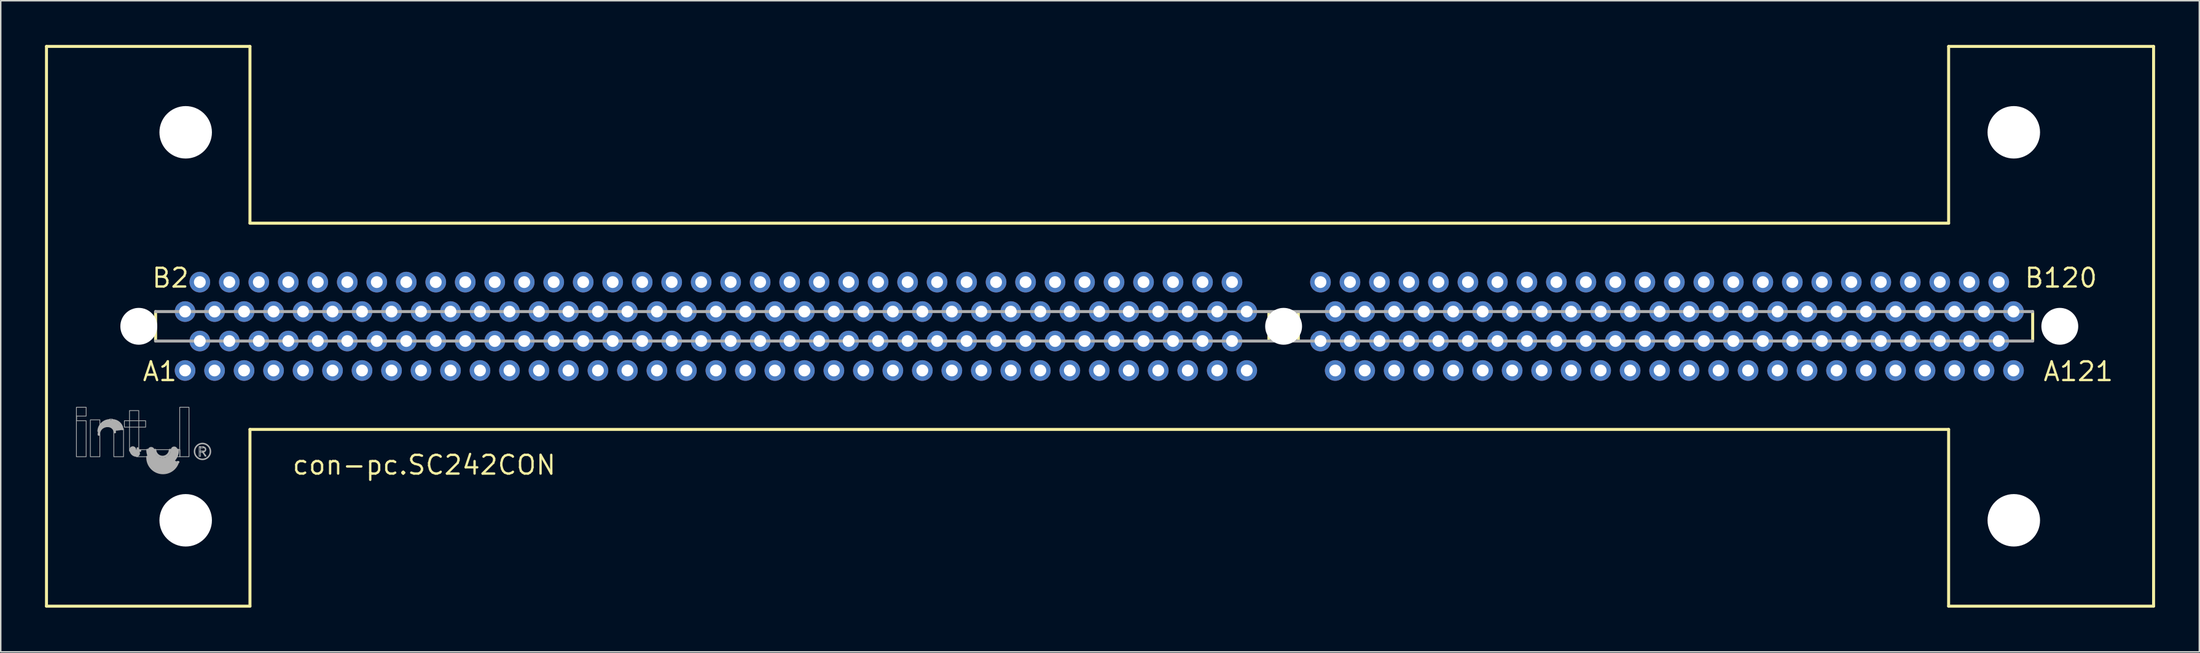
<source format=kicad_pcb>
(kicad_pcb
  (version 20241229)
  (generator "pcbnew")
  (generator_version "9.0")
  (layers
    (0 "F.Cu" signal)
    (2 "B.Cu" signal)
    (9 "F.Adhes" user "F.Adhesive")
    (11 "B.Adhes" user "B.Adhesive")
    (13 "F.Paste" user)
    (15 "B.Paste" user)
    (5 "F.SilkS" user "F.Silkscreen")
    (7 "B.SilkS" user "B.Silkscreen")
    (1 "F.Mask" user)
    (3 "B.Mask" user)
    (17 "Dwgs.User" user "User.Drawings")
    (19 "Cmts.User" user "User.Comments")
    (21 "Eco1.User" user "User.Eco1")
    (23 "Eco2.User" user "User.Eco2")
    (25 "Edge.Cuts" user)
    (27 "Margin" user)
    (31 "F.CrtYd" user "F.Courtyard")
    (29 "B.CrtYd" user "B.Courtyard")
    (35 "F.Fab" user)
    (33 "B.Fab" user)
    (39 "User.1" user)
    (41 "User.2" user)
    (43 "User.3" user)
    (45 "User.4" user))
  (footprint "con-pc.SC242CON"
    (layer "F.Cu")
    (at 84.002 19.102)
    (property "Reference" "con-pc.SC242CON" (at -67.31 10.16 0) (layer "F.SilkS") (effects (font (size 1.27 1.27) (thickness 0.16)) (justify left bottom)))
    (attr through_hole)
    (fp_line (start -83.9 -19) (end -70.1 -19) (stroke (width 0.203) (type default)) (layer "F.SilkS"))
    (fp_line (start -83.9 19) (end -83.9 -19) (stroke (width 0.203) (type default)) (layer "F.SilkS"))
    (fp_line (start -76.5 -1) (end -76.5 1) (stroke (width 0.203) (type default)) (layer "F.SilkS"))
    (fp_line (start -70.1 -19) (end -70.1 -7) (stroke (width 0.203) (type default)) (layer "F.SilkS"))
    (fp_line (start -70.1 -7) (end 45.1 -7) (stroke (width 0.203) (type default)) (layer "F.SilkS"))
    (fp_line (start -70.1 7) (end -70.1 19) (stroke (width 0.203) (type default)) (layer "F.SilkS"))
    (fp_line (start -70.1 19) (end -83.9 19) (stroke (width 0.203) (type default)) (layer "F.SilkS"))
    (fp_line (start -1 -0.9) (end -1 0.9) (stroke (width 0.203) (type default)) (layer "F.SilkS"))
    (fp_line (start 1 -0.9) (end 1 0.9) (stroke (width 0.203) (type default)) (layer "F.SilkS"))
    (fp_line (start 45.1 -19) (end 59 -19) (stroke (width 0.203) (type default)) (layer "F.SilkS"))
    (fp_line (start 45.1 -7) (end 45.1 -19) (stroke (width 0.203) (type default)) (layer "F.SilkS"))
    (fp_line (start 45.1 7) (end -70.1 7) (stroke (width 0.203) (type default)) (layer "F.SilkS"))
    (fp_line (start 45.1 19) (end 45.1 7) (stroke (width 0.203) (type default)) (layer "F.SilkS"))
    (fp_line (start 50.8 1) (end 50.8 -1) (stroke (width 0.203) (type default)) (layer "F.SilkS"))
    (fp_line (start 59 -19) (end 59 19) (stroke (width 0.203) (type default)) (layer "F.SilkS"))
    (fp_line (start 59 19) (end 45.1 19) (stroke (width 0.203) (type default)) (layer "F.SilkS"))
    (fp_line (start -76.5 1) (end 50.8 1) (stroke (width 0.203) (type default)) (layer "F.Fab"))
    (fp_line (start -73.17 8.765) (end -73.14 8.81) (stroke (width 0.051) (type default)) (layer "F.Fab"))
    (fp_line (start -73.14 8.765) (end -73.305 8.525) (stroke (width 0.102) (type default)) (layer "F.Fab"))
    (fp_line (start -73.14 8.81) (end -73.08 8.81) (stroke (width 0.051) (type default)) (layer "F.Fab"))
    (fp_line (start -73.08 8.81) (end -73.14 8.72) (stroke (width 0.051) (type default)) (layer "F.Fab"))
    (fp_line (start 50.8 -1) (end -76.5 -1) (stroke (width 0.203) (type default)) (layer "F.Fab"))
    (fp_rect (start -81.87 6.095) (end -81.21 5.495) (stroke (width 0.05) (type default)) (fill no) (layer "F.Fab"))
    (fp_rect (start -81.87 6.41) (end -81.855 6.095) (stroke (width 0.05) (type default)) (fill no) (layer "F.Fab"))
    (fp_rect (start -81.87 8.855) (end -81.21 6.41) (stroke (width 0.05) (type default)) (fill no) (layer "F.Fab"))
    (fp_rect (start -80.925 8.855) (end -80.28 6.35) (stroke (width 0.05) (type default)) (fill no) (layer "F.Fab"))
    (fp_rect (start -79.62 6.44) (end -79.425 6.305) (stroke (width 0.05) (type default)) (fill no) (layer "F.Fab"))
    (fp_rect (start -79.335 8.855) (end -78.675 6.965) (stroke (width 0.05) (type default)) (fill no) (layer "F.Fab"))
    (fp_rect (start -78.615 6.845) (end -77.175 6.41) (stroke (width 0.05) (type default)) (fill no) (layer "F.Fab"))
    (fp_rect (start -78.27 8.465) (end -77.64 5.72) (stroke (width 0.05) (type default)) (fill no) (layer "F.Fab"))
    (fp_rect (start -77.79 8.855) (end -74.85 8.375) (stroke (width 0.05) (type default)) (fill no) (layer "F.Fab"))
    (fp_rect (start -75.57 9.245) (end -74.91 9.185) (stroke (width 0.05) (type default)) (fill no) (layer "F.Fab"))
    (fp_rect (start -75.465 9.38) (end -75.045 9.23) (stroke (width 0.05) (type default)) (fill no) (layer "F.Fab"))
    (fp_rect (start -74.865 8.855) (end -74.235 5.495) (stroke (width 0.05) (type default)) (fill no) (layer "F.Fab"))
    (fp_rect (start -73.545 8.825) (end -73.455 8.165) (stroke (width 0.05) (type default)) (fill no) (layer "F.Fab"))
    (fp_rect (start -73.47 8.255) (end -73.26 8.165) (stroke (width 0.05) (type default)) (fill no) (layer "F.Fab"))
    (fp_rect (start -73.47 8.555) (end -73.245 8.465) (stroke (width 0.05) (type default)) (fill no) (layer "F.Fab"))
    (fp_arc (start -80.37 7.115) (mid -80.13361 6.595426) (end -79.605 6.38) (stroke (width 0.1524) (type default)) (layer "F.Fab"))
    (fp_arc (start -80.355 7.355) (mid -80.16755 6.925138) (end -79.725 6.77) (stroke (width 0.1524) (type default)) (layer "F.Fab"))
    (fp_arc (start -80.2801 7.01) (mid -79.586702 6.447336) (end -78.87 6.98) (stroke (width 0.1524) (type default)) (layer "F.Fab"))
    (fp_arc (start -80.055 6.815) (mid -79.460734 6.579406) (end -78.975 6.995) (stroke (width 0.1524) (type default)) (layer "F.Fab"))
    (fp_arc (start -79.785 6.7249) (mid -79.374337 6.723623) (end -79.08 7.01) (stroke (width 0.1524) (type default)) (layer "F.Fab"))
    (fp_arc (start -79.77 6.77) (mid -79.431508 6.878617) (end -79.26 7.19) (stroke (width 0.1524) (type default)) (layer "F.Fab"))
    (fp_arc (start -79.485 6.755) (mid -79.317715 6.863838) (end -79.2 7.025) (stroke (width 0.1524) (type default)) (layer "F.Fab"))
    (fp_arc (start -79.44 6.3799) (mid -78.981343 6.549266) (end -78.75 6.98) (stroke (width 0.1524) (type default)) (layer "F.Fab"))
    (fp_arc (start -77.79 8.63) (mid -77.970312 8.555312) (end -78.045 8.375) (stroke (width 0.4572) (type default)) (layer "F.Fab"))
    (fp_arc (start -77.55 8.45) (mid -77.666673 8.401673) (end -77.715 8.285) (stroke (width 0.1524) (type default)) (layer "F.Fab"))
    (fp_arc (start -76.305 9.4101) (mid -76.495002 9.161262) (end -76.56 8.855) (stroke (width 0.1524) (type default)) (layer "F.Fab"))
    (fp_arc (start -75.945 9.725) (mid -76.572448 9.471687) (end -76.815 8.84) (stroke (width 0.4064) (type default)) (layer "F.Fab"))
    (fp_arc (start -75.525 8.39) (mid -76.0275 8.863395) (end -76.53 8.39) (stroke (width 0.1524) (type default)) (layer "F.Fab"))
    (fp_arc (start -75.4951 9.215) (mid -75.861723 9.515015) (end -76.32 9.395) (stroke (width 0.1524) (type default)) (layer "F.Fab"))
    (fp_arc (start -75.285 9.29) (mid -75.551131 9.639532) (end -75.975 9.755) (stroke (width 0.4064) (type default)) (layer "F.Fab"))
    (fp_arc (start -75.24 8.39) (mid -76.005476 9.162874) (end -76.8001 8.42) (stroke (width 0.4572) (type default)) (layer "F.Fab"))
    (fp_arc (start -74.9851 9.215) (mid -76.179236 9.950274) (end -77.055 8.855) (stroke (width 0.1524) (type default)) (layer "F.Fab"))
    (fp_arc (start -74.985 8.39) (mid -76.02 9.417527) (end -77.055 8.39) (stroke (width 0.1524) (type default)) (layer "F.Fab"))
    (fp_arc (start -73.26 8.21) (mid -73.11 8.36) (end -73.26 8.51) (stroke (width 0.1016) (type default)) (layer "F.Fab"))
    (fp_circle (center -73.32 8.495) (end -72.78 8.495) (stroke (width 0.102) (type default)) (fill no) (layer "F.Fab"))
    (fp_text user "B2" (at -76.835 -2.54 0) (layer "F.SilkS") (effects (font (size 1.27 1.27) (thickness 0.16)) (justify left bottom)))
    (fp_text user "A121" (at 51.435 3.81 0) (layer "F.SilkS") (effects (font (size 1.27 1.27) (thickness 0.16)) (justify left bottom)))
    (fp_text user "B120" (at 50.165 -2.54 0) (layer "F.SilkS") (effects (font (size 1.27 1.27) (thickness 0.16)) (justify left bottom)))
    (fp_text user "A1" (at -77.47 3.81 0) (layer "F.SilkS") (effects (font (size 1.27 1.27) (thickness 0.16)) (justify left bottom)))
    (pad "" np_thru_hole circle (at -77.64 0) (size 2.5 2.5) (drill 2.5) (layers "*.Cu" "*.Mask"))
    (pad "" np_thru_hole circle (at -74.46 -13.17) (size 3.56 3.56) (drill 3.56) (layers "*.Cu" "*.Mask"))
    (pad "" np_thru_hole circle (at -74.46 13.17) (size 3.56 3.56) (drill 3.56) (layers "*.Cu" "*.Mask"))
    (pad "" np_thru_hole circle (at 0 0) (size 2.5 2.5) (drill 2.5) (layers "*.Cu" "*.Mask"))
    (pad "" np_thru_hole circle (at 49.52 -13.17) (size 3.56 3.56) (drill 3.56) (layers "*.Cu" "*.Mask"))
    (pad "" np_thru_hole circle (at 49.52 13.17) (size 3.56 3.56) (drill 3.56) (layers "*.Cu" "*.Mask"))
    (pad "" np_thru_hole circle (at 52.64 0) (size 2.5 2.5) (drill 2.5) (layers "*.Cu" "*.Mask"))
    (pad "A1" thru_hole circle (at -74.5 3) (size 1.4 1.4) (drill 0.8) (layers "*.Cu" "*.Mask"))
    (pad "A2" thru_hole circle (at -73.5 1) (size 1.4 1.4) (drill 0.8) (layers "*.Cu" "*.Mask"))
    (pad "A3" thru_hole circle (at -72.5 3) (size 1.4 1.4) (drill 0.8) (layers "*.Cu" "*.Mask"))
    (pad "A4" thru_hole circle (at -71.5 1) (size 1.4 1.4) (drill 0.8) (layers "*.Cu" "*.Mask"))
    (pad "A5" thru_hole circle (at -70.5 3) (size 1.4 1.4) (drill 0.8) (layers "*.Cu" "*.Mask"))
    (pad "A6" thru_hole circle (at -69.5 1) (size 1.4 1.4) (drill 0.8) (layers "*.Cu" "*.Mask"))
    (pad "A7" thru_hole circle (at -68.5 3) (size 1.4 1.4) (drill 0.8) (layers "*.Cu" "*.Mask"))
    (pad "A8" thru_hole circle (at -67.5 1) (size 1.4 1.4) (drill 0.8) (layers "*.Cu" "*.Mask"))
    (pad "A9" thru_hole circle (at -66.5 3) (size 1.4 1.4) (drill 0.8) (layers "*.Cu" "*.Mask"))
    (pad "A10" thru_hole circle (at -65.5 1) (size 1.4 1.4) (drill 0.8) (layers "*.Cu" "*.Mask"))
    (pad "A11" thru_hole circle (at -64.5 3) (size 1.4 1.4) (drill 0.8) (layers "*.Cu" "*.Mask"))
    (pad "A12" thru_hole circle (at -63.5 1) (size 1.4 1.4) (drill 0.8) (layers "*.Cu" "*.Mask"))
    (pad "A13" thru_hole circle (at -62.5 3) (size 1.4 1.4) (drill 0.8) (layers "*.Cu" "*.Mask"))
    (pad "A14" thru_hole circle (at -61.5 1) (size 1.4 1.4) (drill 0.8) (layers "*.Cu" "*.Mask"))
    (pad "A15" thru_hole circle (at -60.5 3) (size 1.4 1.4) (drill 0.8) (layers "*.Cu" "*.Mask"))
    (pad "A16" thru_hole circle (at -59.5 1) (size 1.4 1.4) (drill 0.8) (layers "*.Cu" "*.Mask"))
    (pad "A17" thru_hole circle (at -58.5 3) (size 1.4 1.4) (drill 0.8) (layers "*.Cu" "*.Mask"))
    (pad "A18" thru_hole circle (at -57.5 1) (size 1.4 1.4) (drill 0.8) (layers "*.Cu" "*.Mask"))
    (pad "A19" thru_hole circle (at -56.5 3) (size 1.4 1.4) (drill 0.8) (layers "*.Cu" "*.Mask"))
    (pad "A20" thru_hole circle (at -55.5 1) (size 1.4 1.4) (drill 0.8) (layers "*.Cu" "*.Mask"))
    (pad "A21" thru_hole circle (at -54.5 3) (size 1.4 1.4) (drill 0.8) (layers "*.Cu" "*.Mask"))
    (pad "A22" thru_hole circle (at -53.5 1) (size 1.4 1.4) (drill 0.8) (layers "*.Cu" "*.Mask"))
    (pad "A23" thru_hole circle (at -52.5 3) (size 1.4 1.4) (drill 0.8) (layers "*.Cu" "*.Mask"))
    (pad "A24" thru_hole circle (at -51.5 1) (size 1.4 1.4) (drill 0.8) (layers "*.Cu" "*.Mask"))
    (pad "A25" thru_hole circle (at -50.5 3) (size 1.4 1.4) (drill 0.8) (layers "*.Cu" "*.Mask"))
    (pad "A26" thru_hole circle (at -49.5 1) (size 1.4 1.4) (drill 0.8) (layers "*.Cu" "*.Mask"))
    (pad "A27" thru_hole circle (at -48.5 3) (size 1.4 1.4) (drill 0.8) (layers "*.Cu" "*.Mask"))
    (pad "A28" thru_hole circle (at -47.5 1) (size 1.4 1.4) (drill 0.8) (layers "*.Cu" "*.Mask"))
    (pad "A29" thru_hole circle (at -46.5 3) (size 1.4 1.4) (drill 0.8) (layers "*.Cu" "*.Mask"))
    (pad "A30" thru_hole circle (at -45.5 1) (size 1.4 1.4) (drill 0.8) (layers "*.Cu" "*.Mask"))
    (pad "A31" thru_hole circle (at -44.5 3) (size 1.4 1.4) (drill 0.8) (layers "*.Cu" "*.Mask"))
    (pad "A32" thru_hole circle (at -43.5 1) (size 1.4 1.4) (drill 0.8) (layers "*.Cu" "*.Mask"))
    (pad "A33" thru_hole circle (at -42.5 3) (size 1.4 1.4) (drill 0.8) (layers "*.Cu" "*.Mask"))
    (pad "A34" thru_hole circle (at -41.5 1) (size 1.4 1.4) (drill 0.8) (layers "*.Cu" "*.Mask"))
    (pad "A35" thru_hole circle (at -40.5 3) (size 1.4 1.4) (drill 0.8) (layers "*.Cu" "*.Mask"))
    (pad "A36" thru_hole circle (at -39.5 1) (size 1.4 1.4) (drill 0.8) (layers "*.Cu" "*.Mask"))
    (pad "A37" thru_hole circle (at -38.5 3) (size 1.4 1.4) (drill 0.8) (layers "*.Cu" "*.Mask"))
    (pad "A38" thru_hole circle (at -37.5 1) (size 1.4 1.4) (drill 0.8) (layers "*.Cu" "*.Mask"))
    (pad "A39" thru_hole circle (at -36.5 3) (size 1.4 1.4) (drill 0.8) (layers "*.Cu" "*.Mask"))
    (pad "A40" thru_hole circle (at -35.5 1) (size 1.4 1.4) (drill 0.8) (layers "*.Cu" "*.Mask"))
    (pad "A41" thru_hole circle (at -34.5 3) (size 1.4 1.4) (drill 0.8) (layers "*.Cu" "*.Mask"))
    (pad "A42" thru_hole circle (at -33.5 1) (size 1.4 1.4) (drill 0.8) (layers "*.Cu" "*.Mask"))
    (pad "A43" thru_hole circle (at -32.5 3) (size 1.4 1.4) (drill 0.8) (layers "*.Cu" "*.Mask"))
    (pad "A44" thru_hole circle (at -31.5 1) (size 1.4 1.4) (drill 0.8) (layers "*.Cu" "*.Mask"))
    (pad "A45" thru_hole circle (at -30.5 3) (size 1.4 1.4) (drill 0.8) (layers "*.Cu" "*.Mask"))
    (pad "A46" thru_hole circle (at -29.5 1) (size 1.4 1.4) (drill 0.8) (layers "*.Cu" "*.Mask"))
    (pad "A47" thru_hole circle (at -28.5 3) (size 1.4 1.4) (drill 0.8) (layers "*.Cu" "*.Mask"))
    (pad "A48" thru_hole circle (at -27.5 1) (size 1.4 1.4) (drill 0.8) (layers "*.Cu" "*.Mask"))
    (pad "A49" thru_hole circle (at -26.5 3) (size 1.4 1.4) (drill 0.8) (layers "*.Cu" "*.Mask"))
    (pad "A50" thru_hole circle (at -25.5 1) (size 1.4 1.4) (drill 0.8) (layers "*.Cu" "*.Mask"))
    (pad "A51" thru_hole circle (at -24.5 3) (size 1.4 1.4) (drill 0.8) (layers "*.Cu" "*.Mask"))
    (pad "A52" thru_hole circle (at -23.5 1) (size 1.4 1.4) (drill 0.8) (layers "*.Cu" "*.Mask"))
    (pad "A53" thru_hole circle (at -22.5 3) (size 1.4 1.4) (drill 0.8) (layers "*.Cu" "*.Mask"))
    (pad "A54" thru_hole circle (at -21.5 1) (size 1.4 1.4) (drill 0.8) (layers "*.Cu" "*.Mask"))
    (pad "A55" thru_hole circle (at -20.5 3) (size 1.4 1.4) (drill 0.8) (layers "*.Cu" "*.Mask"))
    (pad "A56" thru_hole circle (at -19.5 1) (size 1.4 1.4) (drill 0.8) (layers "*.Cu" "*.Mask"))
    (pad "A57" thru_hole circle (at -18.5 3) (size 1.4 1.4) (drill 0.8) (layers "*.Cu" "*.Mask"))
    (pad "A58" thru_hole circle (at -17.5 1) (size 1.4 1.4) (drill 0.8) (layers "*.Cu" "*.Mask"))
    (pad "A59" thru_hole circle (at -16.5 3) (size 1.4 1.4) (drill 0.8) (layers "*.Cu" "*.Mask"))
    (pad "A60" thru_hole circle (at -15.5 1) (size 1.4 1.4) (drill 0.8) (layers "*.Cu" "*.Mask"))
    (pad "A61" thru_hole circle (at -14.5 3) (size 1.4 1.4) (drill 0.8) (layers "*.Cu" "*.Mask"))
    (pad "A62" thru_hole circle (at -13.5 1) (size 1.4 1.4) (drill 0.8) (layers "*.Cu" "*.Mask"))
    (pad "A63" thru_hole circle (at -12.5 3) (size 1.4 1.4) (drill 0.8) (layers "*.Cu" "*.Mask"))
    (pad "A64" thru_hole circle (at -11.5 1) (size 1.4 1.4) (drill 0.8) (layers "*.Cu" "*.Mask"))
    (pad "A65" thru_hole circle (at -10.5 3) (size 1.4 1.4) (drill 0.8) (layers "*.Cu" "*.Mask"))
    (pad "A66" thru_hole circle (at -9.5 1) (size 1.4 1.4) (drill 0.8) (layers "*.Cu" "*.Mask"))
    (pad "A67" thru_hole circle (at -8.5 3) (size 1.4 1.4) (drill 0.8) (layers "*.Cu" "*.Mask"))
    (pad "A68" thru_hole circle (at -7.5 1) (size 1.4 1.4) (drill 0.8) (layers "*.Cu" "*.Mask"))
    (pad "A69" thru_hole circle (at -6.5 3) (size 1.4 1.4) (drill 0.8) (layers "*.Cu" "*.Mask"))
    (pad "A70" thru_hole circle (at -5.5 1) (size 1.4 1.4) (drill 0.8) (layers "*.Cu" "*.Mask"))
    (pad "A71" thru_hole circle (at -4.5 3) (size 1.4 1.4) (drill 0.8) (layers "*.Cu" "*.Mask"))
    (pad "A72" thru_hole circle (at -3.5 1) (size 1.4 1.4) (drill 0.8) (layers "*.Cu" "*.Mask"))
    (pad "A73" thru_hole circle (at -2.5 3) (size 1.4 1.4) (drill 0.8) (layers "*.Cu" "*.Mask"))
    (pad "A74" thru_hole circle (at 2.5 1) (size 1.4 1.4) (drill 0.8) (layers "*.Cu" "*.Mask"))
    (pad "A75" thru_hole circle (at 3.5 3) (size 1.4 1.4) (drill 0.8) (layers "*.Cu" "*.Mask"))
    (pad "A76" thru_hole circle (at 4.5 1) (size 1.4 1.4) (drill 0.8) (layers "*.Cu" "*.Mask"))
    (pad "A77" thru_hole circle (at 5.5 3) (size 1.4 1.4) (drill 0.8) (layers "*.Cu" "*.Mask"))
    (pad "A78" thru_hole circle (at 6.5 1) (size 1.4 1.4) (drill 0.8) (layers "*.Cu" "*.Mask"))
    (pad "A79" thru_hole circle (at 7.5 3) (size 1.4 1.4) (drill 0.8) (layers "*.Cu" "*.Mask"))
    (pad "A80" thru_hole circle (at 8.5 1) (size 1.4 1.4) (drill 0.8) (layers "*.Cu" "*.Mask"))
    (pad "A81" thru_hole circle (at 9.5 3) (size 1.4 1.4) (drill 0.8) (layers "*.Cu" "*.Mask"))
    (pad "A82" thru_hole circle (at 10.5 1) (size 1.4 1.4) (drill 0.8) (layers "*.Cu" "*.Mask"))
    (pad "A83" thru_hole circle (at 11.5 3) (size 1.4 1.4) (drill 0.8) (layers "*.Cu" "*.Mask"))
    (pad "A84" thru_hole circle (at 12.5 1) (size 1.4 1.4) (drill 0.8) (layers "*.Cu" "*.Mask"))
    (pad "A85" thru_hole circle (at 13.5 3) (size 1.4 1.4) (drill 0.8) (layers "*.Cu" "*.Mask"))
    (pad "A86" thru_hole circle (at 14.5 1) (size 1.4 1.4) (drill 0.8) (layers "*.Cu" "*.Mask"))
    (pad "A87" thru_hole circle (at 15.5 3) (size 1.4 1.4) (drill 0.8) (layers "*.Cu" "*.Mask"))
    (pad "A88" thru_hole circle (at 16.5 1) (size 1.4 1.4) (drill 0.8) (layers "*.Cu" "*.Mask"))
    (pad "A89" thru_hole circle (at 17.5 3) (size 1.4 1.4) (drill 0.8) (layers "*.Cu" "*.Mask"))
    (pad "A90" thru_hole circle (at 18.5 1) (size 1.4 1.4) (drill 0.8) (layers "*.Cu" "*.Mask"))
    (pad "A91" thru_hole circle (at 19.5 3) (size 1.4 1.4) (drill 0.8) (layers "*.Cu" "*.Mask"))
    (pad "A92" thru_hole circle (at 20.5 1) (size 1.4 1.4) (drill 0.8) (layers "*.Cu" "*.Mask"))
    (pad "A93" thru_hole circle (at 21.5 3) (size 1.4 1.4) (drill 0.8) (layers "*.Cu" "*.Mask"))
    (pad "A94" thru_hole circle (at 22.5 1) (size 1.4 1.4) (drill 0.8) (layers "*.Cu" "*.Mask"))
    (pad "A95" thru_hole circle (at 23.5 3) (size 1.4 1.4) (drill 0.8) (layers "*.Cu" "*.Mask"))
    (pad "A96" thru_hole circle (at 24.5 1) (size 1.4 1.4) (drill 0.8) (layers "*.Cu" "*.Mask"))
    (pad "A97" thru_hole circle (at 25.5 3) (size 1.4 1.4) (drill 0.8) (layers "*.Cu" "*.Mask"))
    (pad "A98" thru_hole circle (at 26.5 1) (size 1.4 1.4) (drill 0.8) (layers "*.Cu" "*.Mask"))
    (pad "A99" thru_hole circle (at 27.5 3) (size 1.4 1.4) (drill 0.8) (layers "*.Cu" "*.Mask"))
    (pad "A100" thru_hole circle (at 28.5 1) (size 1.4 1.4) (drill 0.8) (layers "*.Cu" "*.Mask"))
    (pad "A101" thru_hole circle (at 29.5 3) (size 1.4 1.4) (drill 0.8) (layers "*.Cu" "*.Mask"))
    (pad "A102" thru_hole circle (at 30.5 1) (size 1.4 1.4) (drill 0.8) (layers "*.Cu" "*.Mask"))
    (pad "A103" thru_hole circle (at 31.5 3) (size 1.4 1.4) (drill 0.8) (layers "*.Cu" "*.Mask"))
    (pad "A104" thru_hole circle (at 32.5 1) (size 1.4 1.4) (drill 0.8) (layers "*.Cu" "*.Mask"))
    (pad "A105" thru_hole circle (at 33.5 3) (size 1.4 1.4) (drill 0.8) (layers "*.Cu" "*.Mask"))
    (pad "A106" thru_hole circle (at 34.5 1) (size 1.4 1.4) (drill 0.8) (layers "*.Cu" "*.Mask"))
    (pad "A107" thru_hole circle (at 35.5 3) (size 1.4 1.4) (drill 0.8) (layers "*.Cu" "*.Mask"))
    (pad "A108" thru_hole circle (at 36.5 1) (size 1.4 1.4) (drill 0.8) (layers "*.Cu" "*.Mask"))
    (pad "A109" thru_hole circle (at 37.5 3) (size 1.4 1.4) (drill 0.8) (layers "*.Cu" "*.Mask"))
    (pad "A110" thru_hole circle (at 38.5 1) (size 1.4 1.4) (drill 0.8) (layers "*.Cu" "*.Mask"))
    (pad "A111" thru_hole circle (at 39.5 3) (size 1.4 1.4) (drill 0.8) (layers "*.Cu" "*.Mask"))
    (pad "A112" thru_hole circle (at 40.5 1) (size 1.4 1.4) (drill 0.8) (layers "*.Cu" "*.Mask"))
    (pad "A113" thru_hole circle (at 41.5 3) (size 1.4 1.4) (drill 0.8) (layers "*.Cu" "*.Mask"))
    (pad "A114" thru_hole circle (at 42.5 1) (size 1.4 1.4) (drill 0.8) (layers "*.Cu" "*.Mask"))
    (pad "A115" thru_hole circle (at 43.5 3) (size 1.4 1.4) (drill 0.8) (layers "*.Cu" "*.Mask"))
    (pad "A116" thru_hole circle (at 44.5 1) (size 1.4 1.4) (drill 0.8) (layers "*.Cu" "*.Mask"))
    (pad "A117" thru_hole circle (at 45.5 3) (size 1.4 1.4) (drill 0.8) (layers "*.Cu" "*.Mask"))
    (pad "A118" thru_hole circle (at 46.5 1) (size 1.4 1.4) (drill 0.8) (layers "*.Cu" "*.Mask"))
    (pad "A119" thru_hole circle (at 47.5 3) (size 1.4 1.4) (drill 0.8) (layers "*.Cu" "*.Mask"))
    (pad "A120" thru_hole circle (at 48.5 1) (size 1.4 1.4) (drill 0.8) (layers "*.Cu" "*.Mask"))
    (pad "A121" thru_hole circle (at 49.5 3) (size 1.4 1.4) (drill 0.8) (layers "*.Cu" "*.Mask"))
    (pad "B1" thru_hole circle (at -74.5 -1) (size 1.4 1.4) (drill 0.8) (layers "*.Cu" "*.Mask"))
    (pad "B2" thru_hole circle (at -73.5 -3) (size 1.4 1.4) (drill 0.8) (layers "*.Cu" "*.Mask"))
    (pad "B3" thru_hole circle (at -72.5 -1) (size 1.4 1.4) (drill 0.8) (layers "*.Cu" "*.Mask"))
    (pad "B4" thru_hole circle (at -71.5 -3) (size 1.4 1.4) (drill 0.8) (layers "*.Cu" "*.Mask"))
    (pad "B5" thru_hole circle (at -70.5 -1) (size 1.4 1.4) (drill 0.8) (layers "*.Cu" "*.Mask"))
    (pad "B6" thru_hole circle (at -69.5 -3) (size 1.4 1.4) (drill 0.8) (layers "*.Cu" "*.Mask"))
    (pad "B7" thru_hole circle (at -68.5 -1) (size 1.4 1.4) (drill 0.8) (layers "*.Cu" "*.Mask"))
    (pad "B8" thru_hole circle (at -67.5 -3) (size 1.4 1.4) (drill 0.8) (layers "*.Cu" "*.Mask"))
    (pad "B9" thru_hole circle (at -66.5 -1) (size 1.4 1.4) (drill 0.8) (layers "*.Cu" "*.Mask"))
    (pad "B10" thru_hole circle (at -65.5 -3) (size 1.4 1.4) (drill 0.8) (layers "*.Cu" "*.Mask"))
    (pad "B11" thru_hole circle (at -64.5 -1) (size 1.4 1.4) (drill 0.8) (layers "*.Cu" "*.Mask"))
    (pad "B12" thru_hole circle (at -63.5 -3) (size 1.4 1.4) (drill 0.8) (layers "*.Cu" "*.Mask"))
    (pad "B13" thru_hole circle (at -62.5 -1) (size 1.4 1.4) (drill 0.8) (layers "*.Cu" "*.Mask"))
    (pad "B14" thru_hole circle (at -61.5 -3) (size 1.4 1.4) (drill 0.8) (layers "*.Cu" "*.Mask"))
    (pad "B15" thru_hole circle (at -60.5 -1) (size 1.4 1.4) (drill 0.8) (layers "*.Cu" "*.Mask"))
    (pad "B16" thru_hole circle (at -59.5 -3) (size 1.4 1.4) (drill 0.8) (layers "*.Cu" "*.Mask"))
    (pad "B17" thru_hole circle (at -58.5 -1) (size 1.4 1.4) (drill 0.8) (layers "*.Cu" "*.Mask"))
    (pad "B18" thru_hole circle (at -57.5 -3) (size 1.4 1.4) (drill 0.8) (layers "*.Cu" "*.Mask"))
    (pad "B19" thru_hole circle (at -56.5 -1) (size 1.4 1.4) (drill 0.8) (layers "*.Cu" "*.Mask"))
    (pad "B20" thru_hole circle (at -55.5 -3) (size 1.4 1.4) (drill 0.8) (layers "*.Cu" "*.Mask"))
    (pad "B21" thru_hole circle (at -54.5 -1) (size 1.4 1.4) (drill 0.8) (layers "*.Cu" "*.Mask"))
    (pad "B22" thru_hole circle (at -53.5 -3) (size 1.4 1.4) (drill 0.8) (layers "*.Cu" "*.Mask"))
    (pad "B23" thru_hole circle (at -52.5 -1) (size 1.4 1.4) (drill 0.8) (layers "*.Cu" "*.Mask"))
    (pad "B24" thru_hole circle (at -51.5 -3) (size 1.4 1.4) (drill 0.8) (layers "*.Cu" "*.Mask"))
    (pad "B25" thru_hole circle (at -50.5 -1) (size 1.4 1.4) (drill 0.8) (layers "*.Cu" "*.Mask"))
    (pad "B26" thru_hole circle (at -49.5 -3) (size 1.4 1.4) (drill 0.8) (layers "*.Cu" "*.Mask"))
    (pad "B27" thru_hole circle (at -48.5 -1) (size 1.4 1.4) (drill 0.8) (layers "*.Cu" "*.Mask"))
    (pad "B28" thru_hole circle (at -47.5 -3) (size 1.4 1.4) (drill 0.8) (layers "*.Cu" "*.Mask"))
    (pad "B29" thru_hole circle (at -46.5 -1) (size 1.4 1.4) (drill 0.8) (layers "*.Cu" "*.Mask"))
    (pad "B30" thru_hole circle (at -45.5 -3) (size 1.4 1.4) (drill 0.8) (layers "*.Cu" "*.Mask"))
    (pad "B31" thru_hole circle (at -44.5 -1) (size 1.4 1.4) (drill 0.8) (layers "*.Cu" "*.Mask"))
    (pad "B32" thru_hole circle (at -43.5 -3) (size 1.4 1.4) (drill 0.8) (layers "*.Cu" "*.Mask"))
    (pad "B33" thru_hole circle (at -42.5 -1) (size 1.4 1.4) (drill 0.8) (layers "*.Cu" "*.Mask"))
    (pad "B34" thru_hole circle (at -41.5 -3) (size 1.4 1.4) (drill 0.8) (layers "*.Cu" "*.Mask"))
    (pad "B35" thru_hole circle (at -40.5 -1) (size 1.4 1.4) (drill 0.8) (layers "*.Cu" "*.Mask"))
    (pad "B36" thru_hole circle (at -39.5 -3) (size 1.4 1.4) (drill 0.8) (layers "*.Cu" "*.Mask"))
    (pad "B37" thru_hole circle (at -38.5 -1) (size 1.4 1.4) (drill 0.8) (layers "*.Cu" "*.Mask"))
    (pad "B38" thru_hole circle (at -37.5 -3) (size 1.4 1.4) (drill 0.8) (layers "*.Cu" "*.Mask"))
    (pad "B39" thru_hole circle (at -36.5 -1) (size 1.4 1.4) (drill 0.8) (layers "*.Cu" "*.Mask"))
    (pad "B40" thru_hole circle (at -35.5 -3) (size 1.4 1.4) (drill 0.8) (layers "*.Cu" "*.Mask"))
    (pad "B41" thru_hole circle (at -34.5 -1) (size 1.4 1.4) (drill 0.8) (layers "*.Cu" "*.Mask"))
    (pad "B42" thru_hole circle (at -33.5 -3) (size 1.4 1.4) (drill 0.8) (layers "*.Cu" "*.Mask"))
    (pad "B43" thru_hole circle (at -32.5 -1) (size 1.4 1.4) (drill 0.8) (layers "*.Cu" "*.Mask"))
    (pad "B44" thru_hole circle (at -31.5 -3) (size 1.4 1.4) (drill 0.8) (layers "*.Cu" "*.Mask"))
    (pad "B45" thru_hole circle (at -30.5 -1) (size 1.4 1.4) (drill 0.8) (layers "*.Cu" "*.Mask"))
    (pad "B46" thru_hole circle (at -29.5 -3) (size 1.4 1.4) (drill 0.8) (layers "*.Cu" "*.Mask"))
    (pad "B47" thru_hole circle (at -28.5 -1) (size 1.4 1.4) (drill 0.8) (layers "*.Cu" "*.Mask"))
    (pad "B48" thru_hole circle (at -27.5 -3) (size 1.4 1.4) (drill 0.8) (layers "*.Cu" "*.Mask"))
    (pad "B49" thru_hole circle (at -26.5 -1) (size 1.4 1.4) (drill 0.8) (layers "*.Cu" "*.Mask"))
    (pad "B50" thru_hole circle (at -25.5 -3) (size 1.4 1.4) (drill 0.8) (layers "*.Cu" "*.Mask"))
    (pad "B51" thru_hole circle (at -24.5 -1) (size 1.4 1.4) (drill 0.8) (layers "*.Cu" "*.Mask"))
    (pad "B52" thru_hole circle (at -23.5 -3) (size 1.4 1.4) (drill 0.8) (layers "*.Cu" "*.Mask"))
    (pad "B53" thru_hole circle (at -22.5 -1) (size 1.4 1.4) (drill 0.8) (layers "*.Cu" "*.Mask"))
    (pad "B54" thru_hole circle (at -21.5 -3) (size 1.4 1.4) (drill 0.8) (layers "*.Cu" "*.Mask"))
    (pad "B55" thru_hole circle (at -20.5 -1) (size 1.4 1.4) (drill 0.8) (layers "*.Cu" "*.Mask"))
    (pad "B56" thru_hole circle (at -19.5 -3) (size 1.4 1.4) (drill 0.8) (layers "*.Cu" "*.Mask"))
    (pad "B57" thru_hole circle (at -18.5 -1) (size 1.4 1.4) (drill 0.8) (layers "*.Cu" "*.Mask"))
    (pad "B58" thru_hole circle (at -17.5 -3) (size 1.4 1.4) (drill 0.8) (layers "*.Cu" "*.Mask"))
    (pad "B59" thru_hole circle (at -16.5 -1) (size 1.4 1.4) (drill 0.8) (layers "*.Cu" "*.Mask"))
    (pad "B60" thru_hole circle (at -15.5 -3) (size 1.4 1.4) (drill 0.8) (layers "*.Cu" "*.Mask"))
    (pad "B61" thru_hole circle (at -14.5 -1) (size 1.4 1.4) (drill 0.8) (layers "*.Cu" "*.Mask"))
    (pad "B62" thru_hole circle (at -13.5 -3) (size 1.4 1.4) (drill 0.8) (layers "*.Cu" "*.Mask"))
    (pad "B63" thru_hole circle (at -12.5 -1) (size 1.4 1.4) (drill 0.8) (layers "*.Cu" "*.Mask"))
    (pad "B64" thru_hole circle (at -11.5 -3) (size 1.4 1.4) (drill 0.8) (layers "*.Cu" "*.Mask"))
    (pad "B65" thru_hole circle (at -10.5 -1) (size 1.4 1.4) (drill 0.8) (layers "*.Cu" "*.Mask"))
    (pad "B66" thru_hole circle (at -9.5 -3) (size 1.4 1.4) (drill 0.8) (layers "*.Cu" "*.Mask"))
    (pad "B67" thru_hole circle (at -8.5 -1) (size 1.4 1.4) (drill 0.8) (layers "*.Cu" "*.Mask"))
    (pad "B68" thru_hole circle (at -7.5 -3) (size 1.4 1.4) (drill 0.8) (layers "*.Cu" "*.Mask"))
    (pad "B69" thru_hole circle (at -6.5 -1) (size 1.4 1.4) (drill 0.8) (layers "*.Cu" "*.Mask"))
    (pad "B70" thru_hole circle (at -5.5 -3) (size 1.4 1.4) (drill 0.8) (layers "*.Cu" "*.Mask"))
    (pad "B71" thru_hole circle (at -4.5 -1) (size 1.4 1.4) (drill 0.8) (layers "*.Cu" "*.Mask"))
    (pad "B72" thru_hole circle (at -3.5 -3) (size 1.4 1.4) (drill 0.8) (layers "*.Cu" "*.Mask"))
    (pad "B73" thru_hole circle (at -2.5 -1) (size 1.4 1.4) (drill 0.8) (layers "*.Cu" "*.Mask"))
    (pad "B74" thru_hole circle (at 2.5 -3) (size 1.4 1.4) (drill 0.8) (layers "*.Cu" "*.Mask"))
    (pad "B75" thru_hole circle (at 3.5 -1) (size 1.4 1.4) (drill 0.8) (layers "*.Cu" "*.Mask"))
    (pad "B76" thru_hole circle (at 4.5 -3) (size 1.4 1.4) (drill 0.8) (layers "*.Cu" "*.Mask"))
    (pad "B77" thru_hole circle (at 5.5 -1) (size 1.4 1.4) (drill 0.8) (layers "*.Cu" "*.Mask"))
    (pad "B78" thru_hole circle (at 6.5 -3) (size 1.4 1.4) (drill 0.8) (layers "*.Cu" "*.Mask"))
    (pad "B79" thru_hole circle (at 7.5 -1) (size 1.4 1.4) (drill 0.8) (layers "*.Cu" "*.Mask"))
    (pad "B80" thru_hole circle (at 8.5 -3) (size 1.4 1.4) (drill 0.8) (layers "*.Cu" "*.Mask"))
    (pad "B81" thru_hole circle (at 9.5 -1) (size 1.4 1.4) (drill 0.8) (layers "*.Cu" "*.Mask"))
    (pad "B82" thru_hole circle (at 10.5 -3) (size 1.4 1.4) (drill 0.8) (layers "*.Cu" "*.Mask"))
    (pad "B83" thru_hole circle (at 11.5 -1) (size 1.4 1.4) (drill 0.8) (layers "*.Cu" "*.Mask"))
    (pad "B84" thru_hole circle (at 12.5 -3) (size 1.4 1.4) (drill 0.8) (layers "*.Cu" "*.Mask"))
    (pad "B85" thru_hole circle (at 13.5 -1) (size 1.4 1.4) (drill 0.8) (layers "*.Cu" "*.Mask"))
    (pad "B86" thru_hole circle (at 14.5 -3) (size 1.4 1.4) (drill 0.8) (layers "*.Cu" "*.Mask"))
    (pad "B87" thru_hole circle (at 15.5 -1) (size 1.4 1.4) (drill 0.8) (layers "*.Cu" "*.Mask"))
    (pad "B88" thru_hole circle (at 16.5 -3) (size 1.4 1.4) (drill 0.8) (layers "*.Cu" "*.Mask"))
    (pad "B89" thru_hole circle (at 17.5 -1) (size 1.4 1.4) (drill 0.8) (layers "*.Cu" "*.Mask"))
    (pad "B90" thru_hole circle (at 18.5 -3) (size 1.4 1.4) (drill 0.8) (layers "*.Cu" "*.Mask"))
    (pad "B91" thru_hole circle (at 19.5 -1) (size 1.4 1.4) (drill 0.8) (layers "*.Cu" "*.Mask"))
    (pad "B92" thru_hole circle (at 20.5 -3) (size 1.4 1.4) (drill 0.8) (layers "*.Cu" "*.Mask"))
    (pad "B93" thru_hole circle (at 21.5 -1) (size 1.4 1.4) (drill 0.8) (layers "*.Cu" "*.Mask"))
    (pad "B94" thru_hole circle (at 22.5 -3) (size 1.4 1.4) (drill 0.8) (layers "*.Cu" "*.Mask"))
    (pad "B95" thru_hole circle (at 23.5 -1) (size 1.4 1.4) (drill 0.8) (layers "*.Cu" "*.Mask"))
    (pad "B96" thru_hole circle (at 24.5 -3) (size 1.4 1.4) (drill 0.8) (layers "*.Cu" "*.Mask"))
    (pad "B97" thru_hole circle (at 25.5 -1) (size 1.4 1.4) (drill 0.8) (layers "*.Cu" "*.Mask"))
    (pad "B98" thru_hole circle (at 26.5 -3) (size 1.4 1.4) (drill 0.8) (layers "*.Cu" "*.Mask"))
    (pad "B99" thru_hole circle (at 27.5 -1) (size 1.4 1.4) (drill 0.8) (layers "*.Cu" "*.Mask"))
    (pad "B100" thru_hole circle (at 28.5 -3) (size 1.4 1.4) (drill 0.8) (layers "*.Cu" "*.Mask"))
    (pad "B101" thru_hole circle (at 29.5 -1) (size 1.4 1.4) (drill 0.8) (layers "*.Cu" "*.Mask"))
    (pad "B102" thru_hole circle (at 30.5 -3) (size 1.4 1.4) (drill 0.8) (layers "*.Cu" "*.Mask"))
    (pad "B103" thru_hole circle (at 31.5 -1) (size 1.4 1.4) (drill 0.8) (layers "*.Cu" "*.Mask"))
    (pad "B104" thru_hole circle (at 32.5 -3) (size 1.4 1.4) (drill 0.8) (layers "*.Cu" "*.Mask"))
    (pad "B105" thru_hole circle (at 33.5 -1) (size 1.4 1.4) (drill 0.8) (layers "*.Cu" "*.Mask"))
    (pad "B106" thru_hole circle (at 34.5 -3) (size 1.4 1.4) (drill 0.8) (layers "*.Cu" "*.Mask"))
    (pad "B107" thru_hole circle (at 35.5 -1) (size 1.4 1.4) (drill 0.8) (layers "*.Cu" "*.Mask"))
    (pad "B108" thru_hole circle (at 36.5 -3) (size 1.4 1.4) (drill 0.8) (layers "*.Cu" "*.Mask"))
    (pad "B109" thru_hole circle (at 37.5 -1) (size 1.4 1.4) (drill 0.8) (layers "*.Cu" "*.Mask"))
    (pad "B110" thru_hole circle (at 38.5 -3) (size 1.4 1.4) (drill 0.8) (layers "*.Cu" "*.Mask"))
    (pad "B111" thru_hole circle (at 39.5 -1) (size 1.4 1.4) (drill 0.8) (layers "*.Cu" "*.Mask"))
    (pad "B112" thru_hole circle (at 40.5 -3) (size 1.4 1.4) (drill 0.8) (layers "*.Cu" "*.Mask"))
    (pad "B113" thru_hole circle (at 41.5 -1) (size 1.4 1.4) (drill 0.8) (layers "*.Cu" "*.Mask"))
    (pad "B114" thru_hole circle (at 42.5 -3) (size 1.4 1.4) (drill 0.8) (layers "*.Cu" "*.Mask"))
    (pad "B115" thru_hole circle (at 43.5 -1) (size 1.4 1.4) (drill 0.8) (layers "*.Cu" "*.Mask"))
    (pad "B116" thru_hole circle (at 44.5 -3) (size 1.4 1.4) (drill 0.8) (layers "*.Cu" "*.Mask"))
    (pad "B117" thru_hole circle (at 45.5 -1) (size 1.4 1.4) (drill 0.8) (layers "*.Cu" "*.Mask"))
    (pad "B118" thru_hole circle (at 46.5 -3) (size 1.4 1.4) (drill 0.8) (layers "*.Cu" "*.Mask"))
    (pad "B119" thru_hole circle (at 47.5 -1) (size 1.4 1.4) (drill 0.8) (layers "*.Cu" "*.Mask"))
    (pad "B120" thru_hole circle (at 48.5 -3) (size 1.4 1.4) (drill 0.8) (layers "*.Cu" "*.Mask"))
    (pad "B121" thru_hole circle (at 49.5 -1) (size 1.4 1.4) (drill 0.8) (layers "*.Cu" "*.Mask")))
  (gr_rect
    (start -3 -3)
    (end 146.103 41.203)
    (stroke (width 0.1) (type default))
    (fill no)
    (layer "Edge.Cuts")))
</source>
